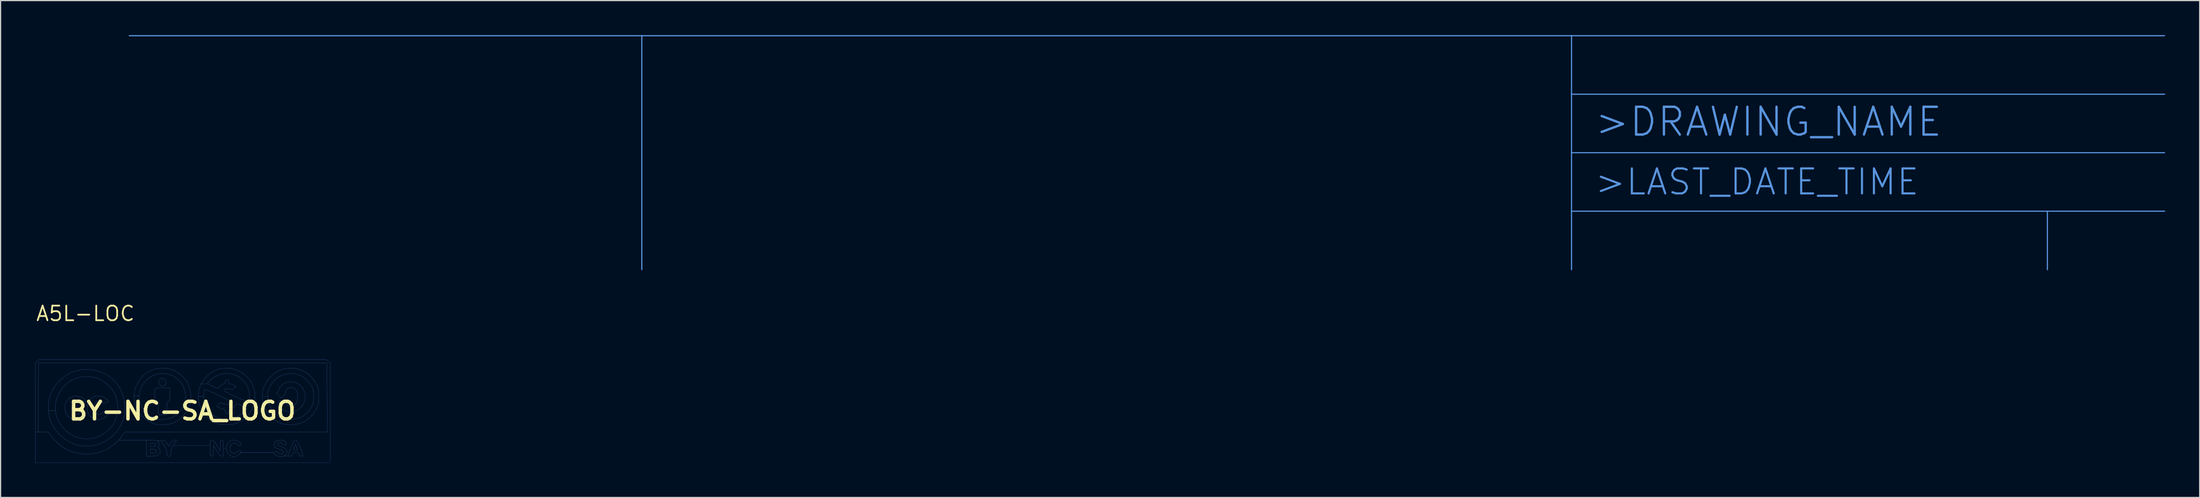
<source format=kicad_pcb>
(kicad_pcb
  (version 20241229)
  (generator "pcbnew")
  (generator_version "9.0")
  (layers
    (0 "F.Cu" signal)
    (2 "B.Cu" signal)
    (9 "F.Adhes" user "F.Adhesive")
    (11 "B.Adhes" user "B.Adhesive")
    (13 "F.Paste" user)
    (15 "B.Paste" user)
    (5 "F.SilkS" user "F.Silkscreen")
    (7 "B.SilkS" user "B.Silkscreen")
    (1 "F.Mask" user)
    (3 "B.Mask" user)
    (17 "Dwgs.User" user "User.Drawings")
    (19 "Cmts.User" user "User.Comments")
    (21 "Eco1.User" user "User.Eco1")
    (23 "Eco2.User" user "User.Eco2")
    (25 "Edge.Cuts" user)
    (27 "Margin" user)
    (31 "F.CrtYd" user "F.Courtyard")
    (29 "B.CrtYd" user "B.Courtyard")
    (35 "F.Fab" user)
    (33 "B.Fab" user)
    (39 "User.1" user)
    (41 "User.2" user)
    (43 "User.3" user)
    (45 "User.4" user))
  (footprint "BY-NC-SA_LOGO"
    (layer "F.Cu")
    (at 12.768 32.637)
    (property "Reference" "BY-NC-SA_LOGO" (at 0 0 0) (layer "F.SilkS") (effects (font (size 1.524 1.524) (thickness 0.3))))
    (attr through_hole)
    (fp_poly (pts (xy -2.382 2.824) (xy -2.307 2.896) (xy -2.316 3.009) (xy -2.433 3.085) (xy -2.619 3.111) (xy -2.748 3.09) (xy -2.792 3.005) (xy -2.794 2.953) (xy -2.778 2.846) (xy -2.704 2.802) (xy -2.57 2.794) (xy -2.382 2.824)) (stroke (width 0.01) (type solid)) (fill no) (layer "Cmts.User"))
    (fp_poly (pts (xy 9.883 3.081) (xy 9.952 3.275) (xy 9.949 3.383) (xy 9.869 3.426) (xy 9.811 3.429) (xy 9.691 3.41) (xy 9.652 3.375) (xy 9.671 3.283) (xy 9.719 3.13) (xy 9.727 3.106) (xy 9.802 2.891) (xy 9.883 3.081)) (stroke (width 0.01) (type solid)) (fill no) (layer "Cmts.User"))
    (fp_poly (pts (xy -1.54 -2.764) (xy -1.435 -2.633) (xy -1.401 -2.468) (xy -1.46 -2.302) (xy -1.497 -2.259) (xy -1.666 -2.167) (xy -1.851 -2.195) (xy -1.92 -2.238) (xy -2.029 -2.388) (xy -2.047 -2.566) (xy -1.977 -2.727) (xy -1.876 -2.804) (xy -1.694 -2.832) (xy -1.54 -2.764)) (stroke (width 0.01) (type solid)) (fill no) (layer "Cmts.User"))
    (fp_poly (pts (xy -2.425 3.335) (xy -2.287 3.419) (xy -2.233 3.532) (xy -2.242 3.579) (xy -2.325 3.655) (xy -2.508 3.683) (xy -2.538 3.683) (xy -2.702 3.676) (xy -2.775 3.636) (xy -2.794 3.536) (xy -2.794 3.493) (xy -2.778 3.357) (xy -2.704 3.307) (xy -2.616 3.302) (xy -2.425 3.335)) (stroke (width 0.01) (type solid)) (fill no) (layer "Cmts.User"))
    (fp_poly (pts (xy -1.673 -2.019) (xy -1.111 -2) (xy -1.093 -1.413) (xy -1.086 -1.137) (xy -1.09 -0.965) (xy -1.108 -0.871) (xy -1.145 -0.833) (xy -1.204 -0.826) (xy -1.266 -0.816) (xy -1.304 -0.773) (xy -1.324 -0.672) (xy -1.332 -0.487) (xy -1.333 -0.254) (xy -1.333 0.318) (xy -2.095 0.318) (xy -2.095 -0.25) (xy -2.097 -0.52) (xy -2.107 -0.688) (xy -2.131 -0.781) (xy -2.175 -0.822) (xy -2.238 -0.837) (xy -2.31 -0.856) (xy -2.354 -0.908) (xy -2.379 -1.018) (xy -2.393 -1.213) (xy -2.4 -1.371) (xy -2.403 -1.655) (xy -2.387 -1.836) (xy -2.348 -1.938) (xy -2.326 -1.961) (xy -2.202 -2.003) (xy -1.958 -2.021) (xy -1.673 -2.019)) (stroke (width 0.01) (type solid)) (fill no) (layer "Cmts.User"))
    (fp_poly (pts (xy -6.958 -1.24) (xy -6.683 -1.109) (xy -6.572 -1.016) (xy -6.396 -0.832) (xy -6.619 -0.725) (xy -6.768 -0.661) (xy -6.86 -0.66) (xy -6.948 -0.726) (xy -6.983 -0.76) (xy -7.16 -0.859) (xy -7.356 -0.845) (xy -7.544 -0.72) (xy -7.572 -0.689) (xy -7.667 -0.49) (xy -7.686 -0.243) (xy -7.632 -0.003) (xy -7.528 0.162) (xy -7.344 0.291) (xy -7.161 0.298) (xy -6.968 0.191) (xy -6.823 0.091) (xy -6.714 0.075) (xy -6.586 0.141) (xy -6.55 0.166) (xy -6.404 0.268) (xy -6.552 0.428) (xy -6.824 0.637) (xy -7.143 0.743) (xy -7.477 0.74) (xy -7.742 0.651) (xy -8.011 0.452) (xy -8.177 0.179) (xy -8.238 -0.084) (xy -8.236 -0.483) (xy -8.137 -0.814) (xy -7.945 -1.068) (xy -7.667 -1.236) (xy -7.577 -1.265) (xy -7.272 -1.296) (xy -6.958 -1.24)) (stroke (width 0.01) (type solid)) (fill no) (layer "Cmts.User"))
    (fp_poly (pts (xy -8.921 -1.255) (xy -8.667 -1.158) (xy -8.485 -1.012) (xy -8.447 -0.955) (xy -8.394 -0.842) (xy -8.411 -0.778) (xy -8.52 -0.721) (xy -8.57 -0.7) (xy -8.716 -0.656) (xy -8.831 -0.687) (xy -8.928 -0.755) (xy -9.104 -0.865) (xy -9.247 -0.869) (xy -9.399 -0.766) (xy -9.433 -0.733) (xy -9.547 -0.549) (xy -9.589 -0.326) (xy -9.566 -0.096) (xy -9.486 0.11) (xy -9.357 0.258) (xy -9.186 0.317) (xy -9.18 0.318) (xy -9.027 0.279) (xy -8.869 0.187) (xy -8.735 0.103) (xy -8.626 0.103) (xy -8.558 0.132) (xy -8.43 0.203) (xy -8.392 0.257) (xy -8.422 0.338) (xy -8.442 0.375) (xy -8.57 0.512) (xy -8.775 0.637) (xy -9.011 0.728) (xy -9.221 0.76) (xy -9.437 0.73) (xy -9.623 0.673) (xy -9.892 0.495) (xy -10.075 0.25) (xy -10.175 -0.037) (xy -10.194 -0.344) (xy -10.132 -0.644) (xy -9.993 -0.913) (xy -9.777 -1.128) (xy -9.487 -1.262) (xy -9.207 -1.294) (xy -8.921 -1.255)) (stroke (width 0.01) (type solid)) (fill no) (layer "Cmts.User"))
    (fp_poly (pts (xy 9.784 -2.481) (xy 10.101 -2.325) (xy 10.354 -2.09) (xy 10.537 -1.797) (xy 10.641 -1.464) (xy 10.657 -1.111) (xy 10.579 -0.757) (xy 10.398 -0.424) (xy 10.31 -0.317) (xy 10.011 -0.076) (xy 9.654 0.06) (xy 9.264 0.084) (xy 9.134 0.065) (xy 8.845 -0.036) (xy 8.596 -0.212) (xy 8.414 -0.434) (xy 8.324 -0.677) (xy 8.319 -0.746) (xy 8.333 -0.835) (xy 8.4 -0.877) (xy 8.553 -0.889) (xy 8.6 -0.889) (xy 8.787 -0.877) (xy 8.884 -0.831) (xy 8.922 -0.762) (xy 9.03 -0.571) (xy 9.215 -0.469) (xy 9.43 -0.445) (xy 9.677 -0.489) (xy 9.854 -0.629) (xy 9.967 -0.872) (xy 10.006 -1.059) (xy 10.014 -1.39) (xy 9.941 -1.668) (xy 9.802 -1.88) (xy 9.611 -2.009) (xy 9.383 -2.041) (xy 9.136 -1.964) (xy 9.028 -1.869) (xy 8.954 -1.742) (xy 8.935 -1.628) (xy 8.961 -1.584) (xy 8.952 -1.524) (xy 8.869 -1.411) (xy 8.793 -1.332) (xy 8.57 -1.116) (xy 8.334 -1.352) (xy 8.203 -1.496) (xy 8.168 -1.571) (xy 8.203 -1.587) (xy 8.297 -1.646) (xy 8.351 -1.78) (xy 8.475 -2.069) (xy 8.697 -2.303) (xy 8.992 -2.465) (xy 9.335 -2.537) (xy 9.412 -2.539) (xy 9.784 -2.481)) (stroke (width 0.01) (type solid)) (fill no) (layer "Cmts.User"))
    (fp_poly (pts (xy -1.3 -3.684) (xy -0.776 -3.543) (xy -0.476 -3.388) (xy -0.159 -3.15) (xy 0.138 -2.865) (xy 0.38 -2.563) (xy 0.459 -2.433) (xy 0.645 -1.966) (xy 0.733 -1.452) (xy 0.72 -0.924) (xy 0.608 -0.417) (xy 0.497 -0.146) (xy 0.29 0.175) (xy 0.001 0.496) (xy -0.334 0.78) (xy -0.674 0.991) (xy -0.88 1.082) (xy -1.072 1.139) (xy -1.297 1.172) (xy -1.598 1.189) (xy -1.649 1.191) (xy -1.958 1.196) (xy -2.182 1.184) (xy -2.366 1.149) (xy -2.551 1.085) (xy -2.609 1.061) (xy -3.112 0.784) (xy -3.539 0.416) (xy -3.873 -0.03) (xy -4.065 -0.428) (xy -4.174 -0.883) (xy -4.187 -1.329) (xy -3.747 -1.329) (xy -3.719 -0.883) (xy -3.654 -0.642) (xy -3.432 -0.198) (xy -3.11 0.191) (xy -2.709 0.5) (xy -2.365 0.67) (xy -2.08 0.734) (xy -1.73 0.747) (xy -1.364 0.714) (xy -1.031 0.636) (xy -0.873 0.573) (xy -0.446 0.294) (xy -0.11 -0.061) (xy 0.128 -0.478) (xy 0.259 -0.94) (xy 0.274 -1.429) (xy 0.249 -1.613) (xy 0.103 -2.09) (xy -0.141 -2.499) (xy -0.47 -2.83) (xy -0.868 -3.072) (xy -1.323 -3.216) (xy -1.818 -3.252) (xy -2.079 -3.226) (xy -2.518 -3.097) (xy -2.908 -2.868) (xy -3.238 -2.558) (xy -3.495 -2.185) (xy -3.669 -1.769) (xy -3.747 -1.329) (xy -4.187 -1.329) (xy -4.189 -1.379) (xy -4.11 -1.876) (xy -3.963 -2.286) (xy -3.67 -2.768) (xy -3.298 -3.157) (xy -2.862 -3.449) (xy -2.374 -3.638) (xy -1.848 -3.718) (xy -1.3 -3.684)) (stroke (width 0.01) (type solid)) (fill no) (layer "Cmts.User"))
    (fp_poly (pts (xy 9.844 -3.683) (xy 10.38 -3.524) (xy 10.853 -3.257) (xy 11.254 -2.89) (xy 11.574 -2.429) (xy 11.647 -2.286) (xy 11.739 -2.081) (xy 11.797 -1.907) (xy 11.828 -1.723) (xy 11.841 -1.487) (xy 11.843 -1.237) (xy 11.84 -0.934) (xy 11.825 -0.717) (xy 11.789 -0.543) (xy 11.726 -0.372) (xy 11.634 -0.177) (xy 11.349 0.267) (xy 10.968 0.654) (xy 10.519 0.957) (xy 10.414 1.009) (xy 10.057 1.127) (xy 9.633 1.191) (xy 9.191 1.197) (xy 8.782 1.145) (xy 8.593 1.092) (xy 8.135 0.866) (xy 7.721 0.539) (xy 7.373 0.136) (xy 7.115 -0.319) (xy 7.024 -0.567) (xy 6.929 -1.093) (xy 6.935 -1.258) (xy 7.393 -1.258) (xy 7.44 -0.832) (xy 7.567 -0.445) (xy 7.816 -0.042) (xy 8.148 0.304) (xy 8.533 0.567) (xy 8.835 0.693) (xy 9.12 0.74) (xy 9.468 0.741) (xy 9.825 0.699) (xy 10.138 0.62) (xy 10.246 0.576) (xy 10.57 0.373) (xy 10.878 0.097) (xy 11.133 -0.212) (xy 11.259 -0.431) (xy 11.364 -0.776) (xy 11.404 -1.18) (xy 11.379 -1.594) (xy 11.291 -1.967) (xy 11.251 -2.064) (xy 10.997 -2.48) (xy 10.658 -2.822) (xy 10.254 -3.074) (xy 9.809 -3.218) (xy 9.763 -3.226) (xy 9.243 -3.248) (xy 8.759 -3.152) (xy 8.322 -2.943) (xy 7.944 -2.627) (xy 7.635 -2.21) (xy 7.545 -2.042) (xy 7.428 -1.676) (xy 7.393 -1.258) (xy 6.935 -1.258) (xy 6.949 -1.604) (xy 7.073 -2.088) (xy 7.291 -2.532) (xy 7.591 -2.924) (xy 7.961 -3.252) (xy 8.39 -3.502) (xy 8.868 -3.664) (xy 9.381 -3.723) (xy 9.844 -3.683)) (stroke (width 0.01) (type solid)) (fill no) (layer "Cmts.User"))
    (fp_poly (pts (xy -7.507 -3.518) (xy -6.931 -3.329) (xy -6.411 -3.045) (xy -5.958 -2.673) (xy -5.581 -2.224) (xy -5.288 -1.707) (xy -5.089 -1.13) (xy -4.993 -0.503) (xy -5.009 0.165) (xy -5.016 0.221) (xy -5.151 0.813) (xy -5.399 1.364) (xy -5.747 1.861) (xy -6.185 2.292) (xy -6.701 2.643) (xy -7.284 2.902) (xy -7.425 2.947) (xy -7.751 3.01) (xy -8.149 3.039) (xy -8.569 3.034) (xy -8.963 2.996) (xy -9.201 2.948) (xy -9.729 2.744) (xy -10.229 2.433) (xy -10.682 2.035) (xy -11.066 1.571) (xy -11.36 1.059) (xy -11.496 0.708) (xy -11.589 0.293) (xy -11.613 -0.024) (xy -11.012 -0.024) (xy -10.9 0.51) (xy -10.675 1.022) (xy -10.335 1.495) (xy -10.257 1.581) (xy -9.82 1.954) (xy -9.327 2.225) (xy -8.797 2.389) (xy -8.249 2.44) (xy -7.703 2.374) (xy -7.556 2.335) (xy -7.128 2.158) (xy -6.711 1.899) (xy -6.336 1.582) (xy -6.037 1.233) (xy -5.908 1.021) (xy -5.689 0.459) (xy -5.594 -0.122) (xy -5.622 -0.707) (xy -5.773 -1.284) (xy -5.914 -1.603) (xy -6.1 -1.883) (xy -6.371 -2.176) (xy -6.689 -2.45) (xy -7.021 -2.674) (xy -7.168 -2.752) (xy -7.415 -2.856) (xy -7.64 -2.921) (xy -7.897 -2.957) (xy -8.161 -2.973) (xy -8.743 -2.953) (xy -9.257 -2.833) (xy -9.717 -2.607) (xy -10.141 -2.267) (xy -10.316 -2.085) (xy -10.662 -1.612) (xy -10.893 -1.101) (xy -11.01 -0.566) (xy -11.012 -0.024) (xy -11.613 -0.024) (xy -11.625 -0.181) (xy -11.626 -0.286) (xy -11.584 -0.884) (xy -11.452 -1.417) (xy -11.22 -1.908) (xy -10.879 -2.376) (xy -10.559 -2.714) (xy -10.104 -3.09) (xy -9.623 -3.354) (xy -9.087 -3.52) (xy -8.797 -3.57) (xy -8.132 -3.601) (xy -7.507 -3.518)) (stroke (width 0.01) (type solid)) (fill no) (layer "Cmts.User"))
    (fp_poly (pts (xy 4.261 -3.683) (xy 4.744 -3.542) (xy 5.189 -3.312) (xy 5.58 -3) (xy 5.903 -2.614) (xy 6.14 -2.162) (xy 6.276 -1.653) (xy 6.282 -1.616) (xy 6.299 -1.05) (xy 6.197 -0.516) (xy 5.985 -0.027) (xy 5.669 0.404) (xy 5.257 0.763) (xy 4.889 0.977) (xy 4.662 1.078) (xy 4.463 1.139) (xy 4.244 1.171) (xy 3.955 1.186) (xy 3.905 1.187) (xy 3.615 1.184) (xy 3.349 1.165) (xy 3.151 1.134) (xy 3.111 1.122) (xy 2.649 0.904) (xy 2.223 0.594) (xy 1.862 0.218) (xy 1.598 -0.198) (xy 1.598 -0.199) (xy 1.433 -0.68) (xy 1.373 -1.199) (xy 1.377 -1.249) (xy 1.873 -1.249) (xy 1.899 -0.809) (xy 1.987 -0.453) (xy 2.151 -0.147) (xy 2.405 0.143) (xy 2.495 0.227) (xy 2.909 0.52) (xy 3.364 0.698) (xy 3.844 0.757) (xy 4.331 0.695) (xy 4.548 0.627) (xy 4.737 0.533) (xy 4.956 0.392) (xy 5.176 0.226) (xy 5.372 0.055) (xy 5.518 -0.098) (xy 5.586 -0.212) (xy 5.588 -0.228) (xy 5.535 -0.278) (xy 5.398 -0.358) (xy 5.215 -0.45) (xy 5.018 -0.538) (xy 4.846 -0.605) (xy 4.731 -0.635) (xy 4.725 -0.635) (xy 4.651 -0.583) (xy 4.581 -0.471) (xy 4.459 -0.326) (xy 4.259 -0.209) (xy 4.253 -0.207) (xy 4.089 -0.128) (xy 4.016 -0.041) (xy 4 0.073) (xy 3.978 0.208) (xy 3.896 0.253) (xy 3.873 0.254) (xy 3.781 0.224) (xy 3.748 0.113) (xy 3.747 0.064) (xy 3.723 -0.081) (xy 3.643 -0.127) (xy 3.64 -0.127) (xy 3.521 -0.154) (xy 3.344 -0.221) (xy 3.254 -0.262) (xy 2.976 -0.397) (xy 3.15 -0.579) (xy 3.27 -0.693) (xy 3.353 -0.723) (xy 3.446 -0.682) (xy 3.47 -0.666) (xy 3.653 -0.591) (xy 3.854 -0.572) (xy 4.028 -0.609) (xy 4.121 -0.686) (xy 4.152 -0.812) (xy 4.138 -0.873) (xy 4.067 -0.922) (xy 3.905 -1.008) (xy 3.673 -1.122) (xy 3.393 -1.254) (xy 3.086 -1.394) (xy 2.775 -1.531) (xy 2.482 -1.658) (xy 2.228 -1.762) (xy 2.035 -1.836) (xy 1.926 -1.868) (xy 1.91 -1.867) (xy 1.894 -1.792) (xy 1.881 -1.62) (xy 1.874 -1.381) (xy 1.873 -1.249) (xy 1.377 -1.249) (xy 1.416 -1.724) (xy 1.561 -2.222) (xy 1.622 -2.353) (xy 2.188 -2.353) (xy 2.257 -2.308) (xy 2.411 -2.23) (xy 2.619 -2.137) (xy 2.64 -2.128) (xy 3.063 -1.948) (xy 3.167 -2.083) (xy 3.294 -2.196) (xy 3.474 -2.301) (xy 3.508 -2.316) (xy 3.672 -2.404) (xy 3.739 -2.506) (xy 3.747 -2.573) (xy 3.777 -2.697) (xy 3.873 -2.731) (xy 3.966 -2.701) (xy 3.999 -2.589) (xy 4 -2.54) (xy 4.02 -2.401) (xy 4.094 -2.352) (xy 4.131 -2.349) (xy 4.277 -2.321) (xy 4.451 -2.251) (xy 4.457 -2.248) (xy 4.652 -2.147) (xy 4.491 -1.986) (xy 4.368 -1.881) (xy 4.259 -1.86) (xy 4.126 -1.896) (xy 3.921 -1.937) (xy 3.747 -1.919) (xy 3.64 -1.849) (xy 3.621 -1.787) (xy 3.666 -1.725) (xy 3.807 -1.632) (xy 4.048 -1.505) (xy 4.398 -1.34) (xy 4.653 -1.226) (xy 4.991 -1.078) (xy 5.291 -0.949) (xy 5.534 -0.849) (xy 5.699 -0.785) (xy 5.763 -0.766) (xy 5.809 -0.809) (xy 5.834 -0.954) (xy 5.842 -1.204) (xy 5.791 -1.714) (xy 5.635 -2.159) (xy 5.369 -2.552) (xy 5.298 -2.63) (xy 4.916 -2.944) (xy 4.489 -3.151) (xy 4.035 -3.252) (xy 3.573 -3.246) (xy 3.125 -3.133) (xy 2.708 -2.912) (xy 2.42 -2.666) (xy 2.285 -2.516) (xy 2.203 -2.401) (xy 2.188 -2.353) (xy 1.622 -2.353) (xy 1.628 -2.367) (xy 1.828 -2.677) (xy 2.102 -2.99) (xy 2.412 -3.266) (xy 2.718 -3.467) (xy 2.742 -3.479) (xy 3.245 -3.659) (xy 3.756 -3.724) (xy 4.261 -3.683)) (stroke (width 0.01) (type solid)) (fill no) (layer "Cmts.User"))
    (fp_poly (pts (xy 12.671 -4.289) (xy 12.827 -4.133) (xy 12.827 4.508) (xy -12.764 4.508) (xy -12.764 1.841) (xy -12.511 1.841) (xy -11.627 1.841) (xy -11.44 2.112) (xy -11.183 2.433) (xy -10.855 2.764) (xy -10.503 3.061) (xy -10.278 3.218) (xy -9.751 3.482) (xy -9.159 3.659) (xy -8.535 3.747) (xy -7.911 3.741) (xy -7.318 3.638) (xy -7.144 3.585) (xy -6.5 3.303) (xy -5.93 2.921) (xy -5.538 2.54) (xy -3.111 2.54) (xy -3.111 3.937) (xy -2.664 3.937) (xy -2.417 3.931) (xy -2.257 3.907) (xy -2.146 3.855) (xy -2.061 3.781) (xy -1.935 3.621) (xy -1.92 3.477) (xy -2.013 3.309) (xy -2.032 3.284) (xy -2.108 3.158) (xy -2.088 3.098) (xy -2.028 3.021) (xy -2.019 2.881) (xy -2.055 2.732) (xy -2.131 2.624) (xy -2.187 2.604) (xy -1.792 2.604) (xy -1.763 2.688) (xy -1.678 2.84) (xy -1.59 2.985) (xy -1.437 3.261) (xy -1.357 3.483) (xy -1.336 3.667) (xy -1.327 3.837) (xy -1.289 3.915) (xy -1.203 3.937) (xy -1.175 3.937) (xy -1.077 3.925) (xy -1.03 3.867) (xy -1.017 3.728) (xy -1.016 3.652) (xy -0.997 3.456) (xy -0.928 3.255) (xy -0.919 3.239) (xy 2.413 3.239) (xy 2.415 3.544) (xy 2.422 3.745) (xy 2.439 3.863) (xy 2.469 3.919) (xy 2.516 3.936) (xy 2.537 3.937) (xy 2.602 3.923) (xy 2.642 3.865) (xy 2.665 3.734) (xy 2.679 3.506) (xy 2.68 3.477) (xy 2.699 3.016) (xy 2.983 3.477) (xy 3.141 3.718) (xy 3.26 3.862) (xy 3.358 3.928) (xy 3.412 3.937) (xy 3.475 3.932) (xy 3.516 3.902) (xy 3.54 3.825) (xy 3.552 3.679) (xy 3.556 3.442) (xy 3.556 3.239) (xy 3.81 3.239) (xy 3.86 3.509) (xy 3.994 3.74) (xy 4.188 3.898) (xy 4.268 3.929) (xy 4.413 3.971) (xy 4.492 3.994) (xy 4.495 3.995) (xy 4.559 3.977) (xy 4.694 3.924) (xy 4.728 3.911) (xy 4.927 3.784) (xy 5.053 3.616) (xy 5.054 3.612) (xy 7.938 3.612) (xy 7.983 3.753) (xy 8.029 3.807) (xy 8.177 3.891) (xy 8.363 3.951) (xy 8.525 3.97) (xy 8.562 3.963) (xy 8.706 3.938) (xy 8.736 3.937) (xy 8.807 3.908) (xy 9.167 3.908) (xy 9.256 3.936) (xy 9.295 3.937) (xy 9.434 3.9) (xy 9.499 3.778) (xy 9.541 3.677) (xy 9.627 3.631) (xy 9.797 3.62) (xy 9.811 3.619) (xy 9.987 3.629) (xy 10.077 3.673) (xy 10.121 3.77) (xy 10.123 3.778) (xy 10.193 3.904) (xy 10.324 3.937) (xy 10.395 3.936) (xy 10.439 3.92) (xy 10.452 3.871) (xy 10.432 3.771) (xy 10.375 3.601) (xy 10.279 3.342) (xy 10.192 3.111) (xy 10.088 2.85) (xy 10.008 2.686) (xy 9.938 2.596) (xy 9.86 2.558) (xy 9.828 2.552) (xy 9.767 2.553) (xy 9.711 2.581) (xy 9.653 2.65) (xy 9.584 2.775) (xy 9.499 2.97) (xy 9.388 3.249) (xy 9.245 3.627) (xy 9.172 3.826) (xy 9.167 3.908) (xy 8.807 3.908) (xy 8.87 3.883) (xy 8.995 3.753) (xy 9.072 3.593) (xy 9.081 3.529) (xy 9.022 3.361) (xy 8.864 3.212) (xy 8.635 3.107) (xy 8.538 3.083) (xy 8.366 3.022) (xy 8.273 2.931) (xy 8.276 2.835) (xy 8.325 2.789) (xy 8.485 2.735) (xy 8.628 2.801) (xy 8.682 2.857) (xy 8.81 2.958) (xy 8.93 2.98) (xy 9.007 2.922) (xy 9.017 2.867) (xy 8.964 2.702) (xy 8.825 2.588) (xy 8.634 2.527) (xy 8.421 2.523) (xy 8.22 2.578) (xy 8.062 2.693) (xy 8.003 2.789) (xy 7.961 2.984) (xy 8.023 3.137) (xy 8.197 3.258) (xy 8.415 3.337) (xy 8.63 3.412) (xy 8.738 3.486) (xy 8.763 3.554) (xy 8.714 3.678) (xy 8.592 3.738) (xy 8.438 3.728) (xy 8.293 3.642) (xy 8.272 3.619) (xy 8.144 3.519) (xy 8.024 3.497) (xy 7.948 3.556) (xy 7.938 3.612) (xy 5.054 3.612) (xy 5.08 3.497) (xy 5.035 3.435) (xy 4.933 3.435) (xy 4.822 3.488) (xy 4.763 3.556) (xy 4.648 3.654) (xy 4.478 3.688) (xy 4.309 3.657) (xy 4.194 3.561) (xy 4.193 3.56) (xy 4.138 3.373) (xy 4.134 3.157) (xy 4.179 2.969) (xy 4.227 2.894) (xy 4.36 2.82) (xy 4.525 2.796) (xy 4.67 2.824) (xy 4.74 2.889) (xy 4.807 2.947) (xy 4.924 2.983) (xy 5.033 2.986) (xy 5.08 2.949) (xy 5.027 2.808) (xy 4.893 2.665) (xy 4.734 2.569) (xy 4.465 2.517) (xy 4.215 2.574) (xy 4.006 2.724) (xy 3.864 2.951) (xy 3.81 3.236) (xy 3.81 3.239) (xy 3.556 3.239) (xy 3.554 2.933) (xy 3.547 2.732) (xy 3.53 2.614) (xy 3.5 2.558) (xy 3.453 2.541) (xy 3.432 2.54) (xy 3.367 2.554) (xy 3.327 2.613) (xy 3.304 2.743) (xy 3.29 2.971) (xy 3.289 2.999) (xy 3.27 3.459) (xy 2.993 2.999) (xy 2.843 2.763) (xy 2.729 2.62) (xy 2.635 2.553) (xy 2.564 2.54) (xy 2.498 2.544) (xy 2.455 2.571) (xy 2.43 2.643) (xy 2.417 2.783) (xy 2.413 3.011) (xy 2.413 3.239) (xy -0.919 3.239) (xy -0.795 3.007) (xy -0.763 2.954) (xy -0.509 2.54) (xy -0.687 2.54) (xy -0.815 2.564) (xy -0.92 2.656) (xy -1.015 2.806) (xy -1.164 3.071) (xy -1.265 2.93) (xy -1.414 2.727) (xy -1.515 2.608) (xy -1.592 2.554) (xy -1.667 2.545) (xy -1.701 2.55) (xy -1.769 2.566) (xy -1.792 2.604) (xy -2.187 2.604) (xy -2.266 2.576) (xy -2.493 2.546) (xy -2.679 2.54) (xy -3.111 2.54) (xy -5.538 2.54) (xy -5.442 2.446) (xy -5.124 2.016) (xy -5.014 1.841) (xy 12.574 1.841) (xy 12.558 -1.159) (xy 12.541 -4.159) (xy -12.478 -4.159) (xy -12.511 1.841) (xy -12.764 1.841) (xy -12.764 -4.133) (xy -12.608 -4.289) (xy -12.452 -4.445) (xy 12.515 -4.445) (xy 12.671 -4.289)) (stroke (width 0.01) (type solid)) (fill no) (layer "Cmts.User")))
  (footprint "A5L-LOC"
    (layer "F.Cu")
    (at 4.362 24.181)
    (property "Reference" "A5L-LOC" (at 0 0 0) (layer "F.SilkS") (effects (font (size 1.27 1.27) (thickness 0.15))))
    (attr through_hole)
    (fp_line (start 48.26 -24.13) (end 3.81 -24.13) (stroke (width 0.102) (type solid)) (layer "Cmts.User"))
    (fp_line (start 48.26 -24.13) (end 128.905 -24.13) (stroke (width 0.102) (type solid)) (layer "Cmts.User"))
    (fp_line (start 48.26 -3.81) (end 48.26 -24.13) (stroke (width 0.102) (type solid)) (layer "Cmts.User"))
    (fp_line (start 128.905 -24.13) (end 180.34 -24.13) (stroke (width 0.102) (type solid)) (layer "Cmts.User"))
    (fp_line (start 128.905 -19.05) (end 128.905 -24.13) (stroke (width 0.102) (type solid)) (layer "Cmts.User"))
    (fp_line (start 128.905 -19.05) (end 180.34 -19.05) (stroke (width 0.102) (type solid)) (layer "Cmts.User"))
    (fp_line (start 128.905 -13.97) (end 128.905 -19.05) (stroke (width 0.102) (type solid)) (layer "Cmts.User"))
    (fp_line (start 128.905 -13.97) (end 180.34 -13.97) (stroke (width 0.102) (type solid)) (layer "Cmts.User"))
    (fp_line (start 128.905 -8.89) (end 128.905 -13.97) (stroke (width 0.102) (type solid)) (layer "Cmts.User"))
    (fp_line (start 128.905 -8.89) (end 128.905 -3.81) (stroke (width 0.102) (type solid)) (layer "Cmts.User"))
    (fp_line (start 170.18 -8.89) (end 128.905 -8.89) (stroke (width 0.102) (type solid)) (layer "Cmts.User"))
    (fp_line (start 170.18 -8.89) (end 180.34 -8.89) (stroke (width 0.102) (type solid)) (layer "Cmts.User"))
    (fp_line (start 170.18 -3.81) (end 170.18 -8.89) (stroke (width 0.102) (type solid)) (layer "Cmts.User"))
    (fp_text user ">LAST_DATE_TIME" (at 130.81 -10.16 0) (layer "Cmts.User") (effects (font (size 2.172 2.172) (thickness 0.183)) (justify left bottom)))
    (fp_text user ">DRAWING_NAME" (at 130.81 -15.24 0) (layer "Cmts.User") (effects (font (size 2.413 2.413) (thickness 0.203)) (justify left bottom))))
  (gr_rect
    (start -3 -3)
    (end 187.752 40.151)
    (stroke (width 0.1) (type default))
    (fill no)
    (layer "Edge.Cuts")))
</source>
